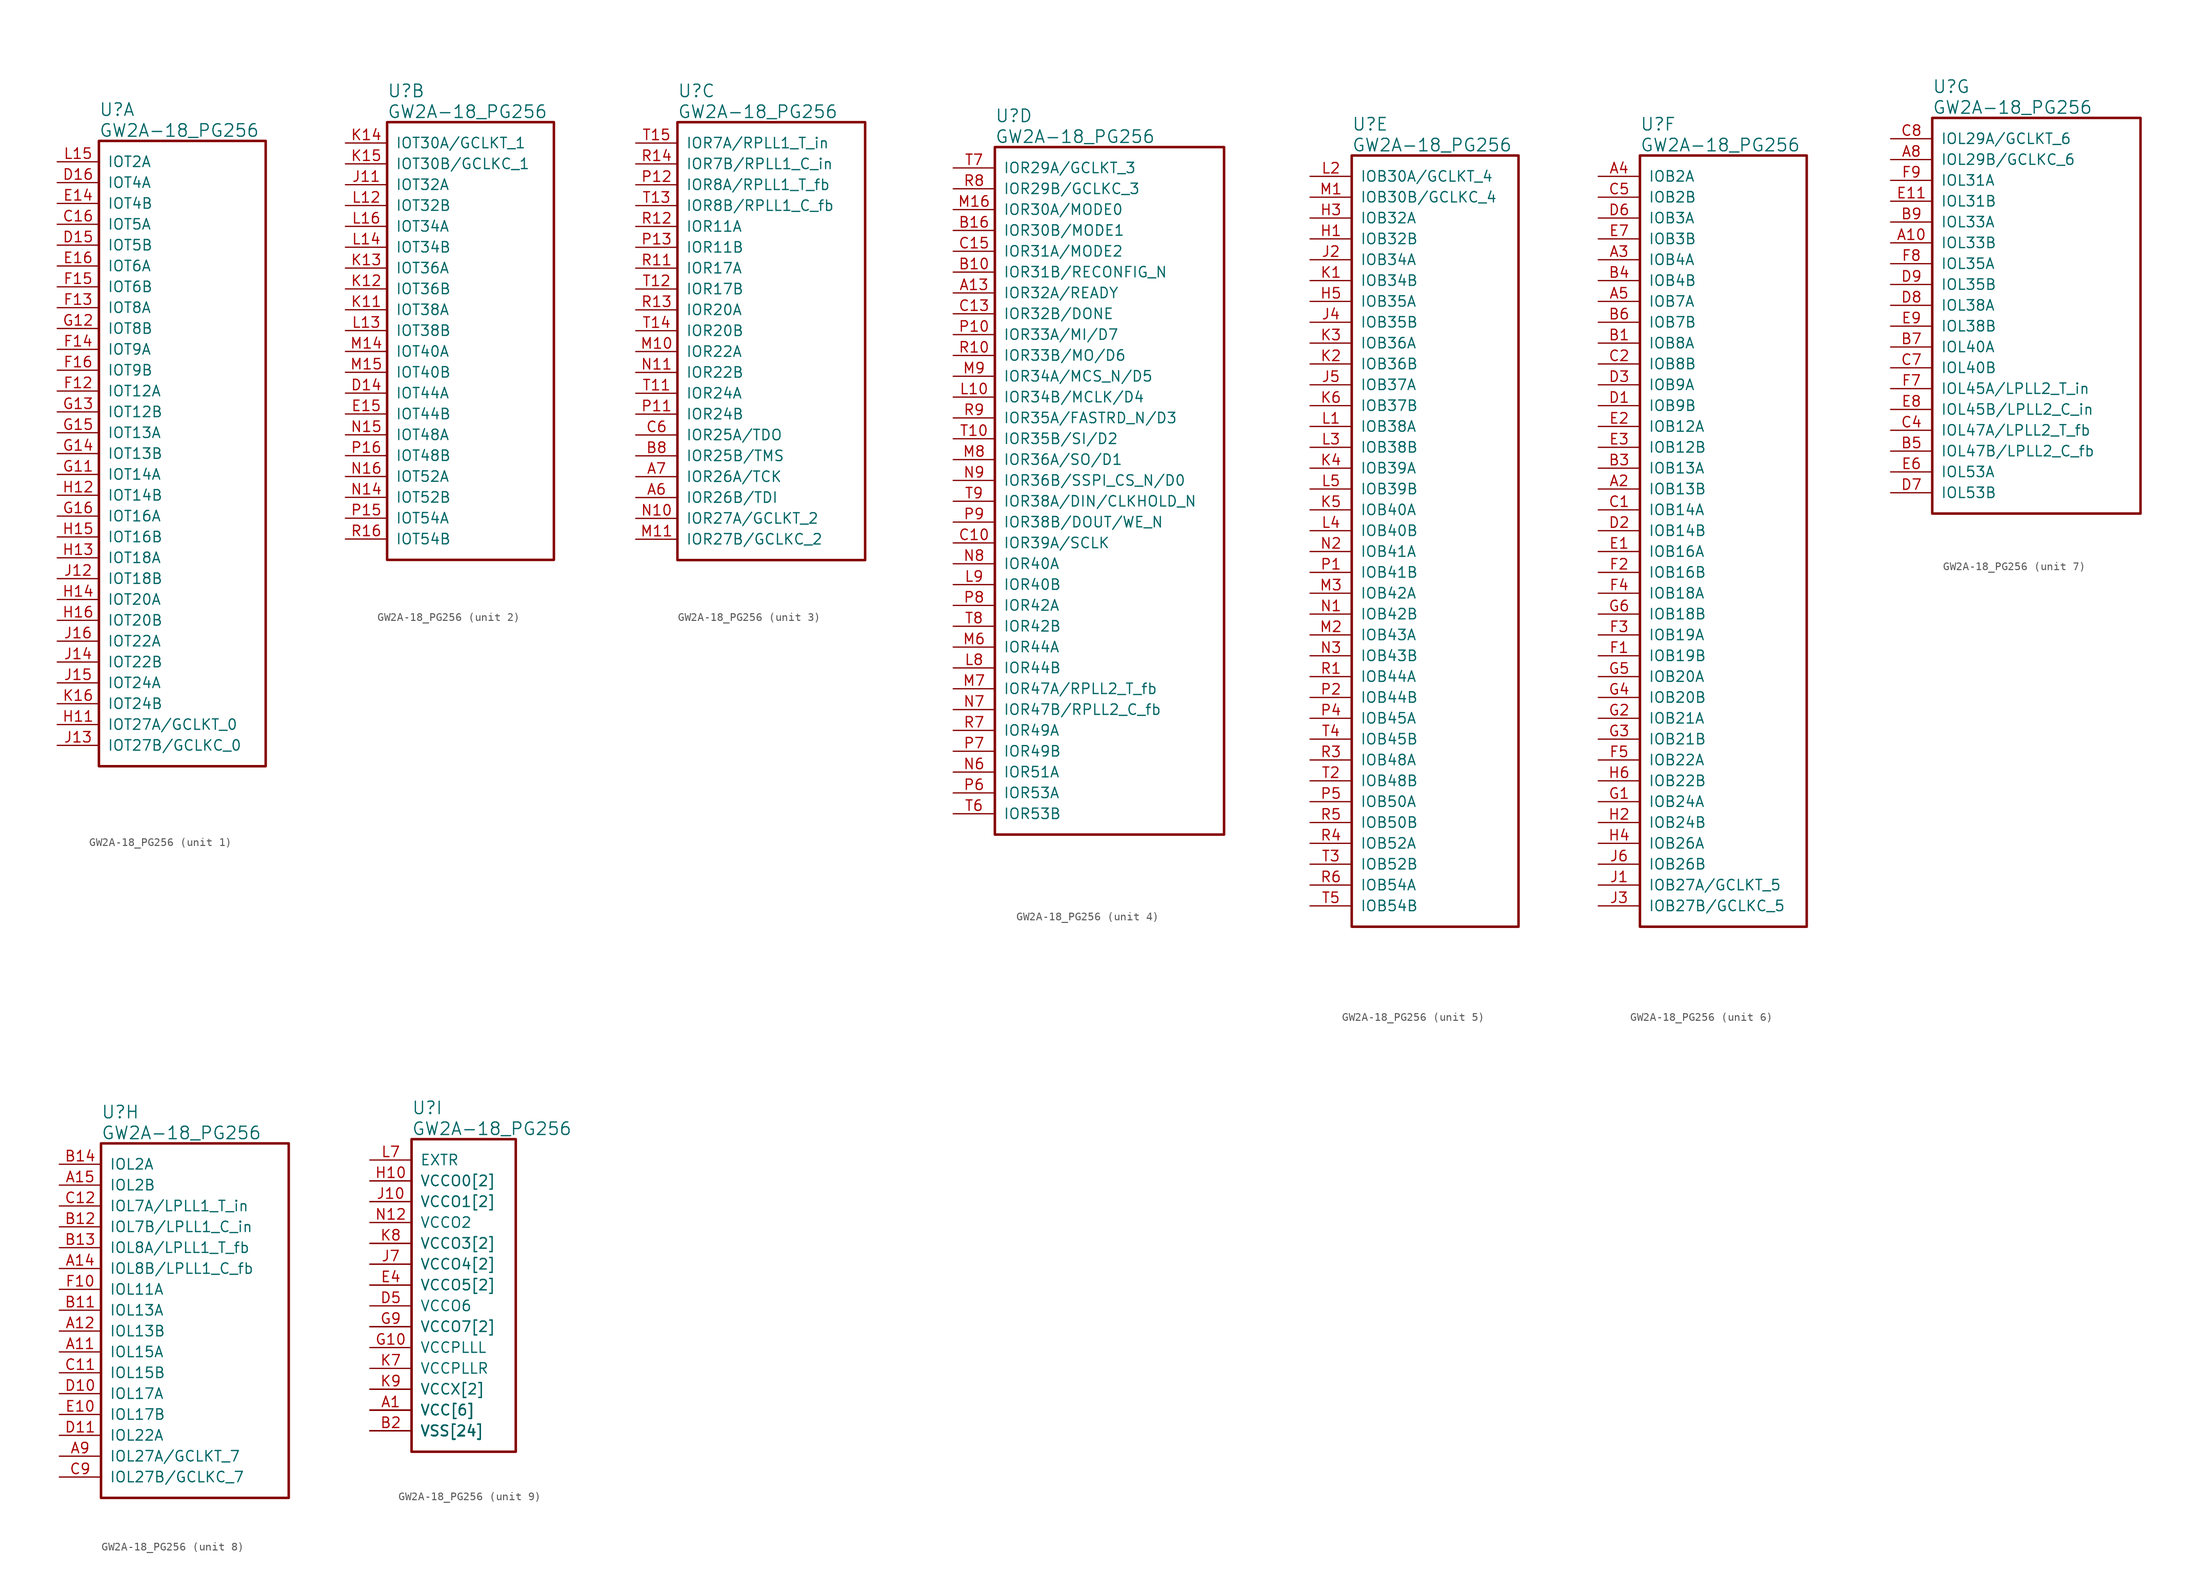
<source format=kicad_sym>
(kicad_symbol_lib
  (version 20241209)
  (generator "kicad_symbol_editor")
  (generator_version "9.0")
  (symbol "GW2A-18_PG256"
    (pin_names
      (offset 1.016))
    (property "Reference" "U"
      (at 5.08 6.35 0)
      (effects (font (size 1.524 1.524)) (justify left)))
    (property "Value" "GW2A-18_PG256"
      (at 5.08 3.81 0)
      (effects (font (size 1.524 1.524)) (justify left)))
    (property "ki_locked" ""
      (at 0 0 0)
      (effects (font (size 1.27 1.27))))
    (symbol "GW2A-18_PG256_1_1"
      (rectangle (start 5.08 2.54) (end 25.4 -73.66) (stroke (width 0.305) (type solid)) (fill (type none)))
      (pin bidirectional line (at 0 0 0) (length 5.08) (name "IOT2A" (effects (font (size 1.27 1.27)))) (number "L15" (effects (font (size 1.27 1.27)))))
      (pin bidirectional line (at 0 -2.54 0) (length 5.08) (name "IOT4A" (effects (font (size 1.27 1.27)))) (number "D16" (effects (font (size 1.27 1.27)))))
      (pin bidirectional line (at 0 -5.08 0) (length 5.08) (name "IOT4B" (effects (font (size 1.27 1.27)))) (number "E14" (effects (font (size 1.27 1.27)))))
      (pin bidirectional line (at 0 -7.62 0) (length 5.08) (name "IOT5A" (effects (font (size 1.27 1.27)))) (number "C16" (effects (font (size 1.27 1.27)))))
      (pin bidirectional line (at 0 -10.16 0) (length 5.08) (name "IOT5B" (effects (font (size 1.27 1.27)))) (number "D15" (effects (font (size 1.27 1.27)))))
      (pin bidirectional line (at 0 -12.7 0) (length 5.08) (name "IOT6A" (effects (font (size 1.27 1.27)))) (number "E16" (effects (font (size 1.27 1.27)))))
      (pin bidirectional line (at 0 -15.24 0) (length 5.08) (name "IOT6B" (effects (font (size 1.27 1.27)))) (number "F15" (effects (font (size 1.27 1.27)))))
      (pin bidirectional line (at 0 -17.78 0) (length 5.08) (name "IOT8A" (effects (font (size 1.27 1.27)))) (number "F13" (effects (font (size 1.27 1.27)))))
      (pin bidirectional line (at 0 -20.32 0) (length 5.08) (name "IOT8B" (effects (font (size 1.27 1.27)))) (number "G12" (effects (font (size 1.27 1.27)))))
      (pin bidirectional line (at 0 -22.86 0) (length 5.08) (name "IOT9A" (effects (font (size 1.27 1.27)))) (number "F14" (effects (font (size 1.27 1.27)))))
      (pin bidirectional line (at 0 -25.4 0) (length 5.08) (name "IOT9B" (effects (font (size 1.27 1.27)))) (number "F16" (effects (font (size 1.27 1.27)))))
      (pin bidirectional line (at 0 -27.94 0) (length 5.08) (name "IOT12A" (effects (font (size 1.27 1.27)))) (number "F12" (effects (font (size 1.27 1.27)))))
      (pin bidirectional line (at 0 -30.48 0) (length 5.08) (name "IOT12B" (effects (font (size 1.27 1.27)))) (number "G13" (effects (font (size 1.27 1.27)))))
      (pin bidirectional line (at 0 -33.02 0) (length 5.08) (name "IOT13A" (effects (font (size 1.27 1.27)))) (number "G15" (effects (font (size 1.27 1.27)))))
      (pin bidirectional line (at 0 -35.56 0) (length 5.08) (name "IOT13B" (effects (font (size 1.27 1.27)))) (number "G14" (effects (font (size 1.27 1.27)))))
      (pin bidirectional line (at 0 -38.1 0) (length 5.08) (name "IOT14A" (effects (font (size 1.27 1.27)))) (number "G11" (effects (font (size 1.27 1.27)))))
      (pin bidirectional line (at 0 -40.64 0) (length 5.08) (name "IOT14B" (effects (font (size 1.27 1.27)))) (number "H12" (effects (font (size 1.27 1.27)))))
      (pin bidirectional line (at 0 -43.18 0) (length 5.08) (name "IOT16A" (effects (font (size 1.27 1.27)))) (number "G16" (effects (font (size 1.27 1.27)))))
      (pin bidirectional line (at 0 -45.72 0) (length 5.08) (name "IOT16B" (effects (font (size 1.27 1.27)))) (number "H15" (effects (font (size 1.27 1.27)))))
      (pin bidirectional line (at 0 -48.26 0) (length 5.08) (name "IOT18A" (effects (font (size 1.27 1.27)))) (number "H13" (effects (font (size 1.27 1.27)))))
      (pin bidirectional line (at 0 -50.8 0) (length 5.08) (name "IOT18B" (effects (font (size 1.27 1.27)))) (number "J12" (effects (font (size 1.27 1.27)))))
      (pin bidirectional line (at 0 -53.34 0) (length 5.08) (name "IOT20A" (effects (font (size 1.27 1.27)))) (number "H14" (effects (font (size 1.27 1.27)))))
      (pin bidirectional line (at 0 -55.88 0) (length 5.08) (name "IOT20B" (effects (font (size 1.27 1.27)))) (number "H16" (effects (font (size 1.27 1.27)))))
      (pin bidirectional line (at 0 -58.42 0) (length 5.08) (name "IOT22A" (effects (font (size 1.27 1.27)))) (number "J16" (effects (font (size 1.27 1.27)))))
      (pin bidirectional line (at 0 -60.96 0) (length 5.08) (name "IOT22B" (effects (font (size 1.27 1.27)))) (number "J14" (effects (font (size 1.27 1.27)))))
      (pin bidirectional line (at 0 -63.5 0) (length 5.08) (name "IOT24A" (effects (font (size 1.27 1.27)))) (number "J15" (effects (font (size 1.27 1.27)))))
      (pin bidirectional line (at 0 -66.04 0) (length 5.08) (name "IOT24B" (effects (font (size 1.27 1.27)))) (number "K16" (effects (font (size 1.27 1.27)))))
      (pin bidirectional line (at 0 -68.58 0) (length 5.08) (name "IOT27A/GCLKT_0" (effects (font (size 1.27 1.27)))) (number "H11" (effects (font (size 1.27 1.27)))))
      (pin bidirectional line (at 0 -71.12 0) (length 5.08) (name "IOT27B/GCLKC_0" (effects (font (size 1.27 1.27)))) (number "J13" (effects (font (size 1.27 1.27))))))
    (symbol "GW2A-18_PG256_2_1"
      (rectangle (start 5.08 2.54) (end 25.4 -50.8) (stroke (width 0.305) (type solid)) (fill (type none)))
      (pin bidirectional line (at 0 0 0) (length 5.08) (name "IOT30A/GCLKT_1" (effects (font (size 1.27 1.27)))) (number "K14" (effects (font (size 1.27 1.27)))))
      (pin bidirectional line (at 0 -2.54 0) (length 5.08) (name "IOT30B/GCLKC_1" (effects (font (size 1.27 1.27)))) (number "K15" (effects (font (size 1.27 1.27)))))
      (pin bidirectional line (at 0 -5.08 0) (length 5.08) (name "IOT32A" (effects (font (size 1.27 1.27)))) (number "J11" (effects (font (size 1.27 1.27)))))
      (pin bidirectional line (at 0 -7.62 0) (length 5.08) (name "IOT32B" (effects (font (size 1.27 1.27)))) (number "L12" (effects (font (size 1.27 1.27)))))
      (pin bidirectional line (at 0 -10.16 0) (length 5.08) (name "IOT34A" (effects (font (size 1.27 1.27)))) (number "L16" (effects (font (size 1.27 1.27)))))
      (pin bidirectional line (at 0 -12.7 0) (length 5.08) (name "IOT34B" (effects (font (size 1.27 1.27)))) (number "L14" (effects (font (size 1.27 1.27)))))
      (pin bidirectional line (at 0 -15.24 0) (length 5.08) (name "IOT36A" (effects (font (size 1.27 1.27)))) (number "K13" (effects (font (size 1.27 1.27)))))
      (pin bidirectional line (at 0 -17.78 0) (length 5.08) (name "IOT36B" (effects (font (size 1.27 1.27)))) (number "K12" (effects (font (size 1.27 1.27)))))
      (pin bidirectional line (at 0 -20.32 0) (length 5.08) (name "IOT38A" (effects (font (size 1.27 1.27)))) (number "K11" (effects (font (size 1.27 1.27)))))
      (pin bidirectional line (at 0 -22.86 0) (length 5.08) (name "IOT38B" (effects (font (size 1.27 1.27)))) (number "L13" (effects (font (size 1.27 1.27)))))
      (pin bidirectional line (at 0 -25.4 0) (length 5.08) (name "IOT40A" (effects (font (size 1.27 1.27)))) (number "M14" (effects (font (size 1.27 1.27)))))
      (pin bidirectional line (at 0 -27.94 0) (length 5.08) (name "IOT40B" (effects (font (size 1.27 1.27)))) (number "M15" (effects (font (size 1.27 1.27)))))
      (pin bidirectional line (at 0 -30.48 0) (length 5.08) (name "IOT44A" (effects (font (size 1.27 1.27)))) (number "D14" (effects (font (size 1.27 1.27)))))
      (pin bidirectional line (at 0 -33.02 0) (length 5.08) (name "IOT44B" (effects (font (size 1.27 1.27)))) (number "E15" (effects (font (size 1.27 1.27)))))
      (pin bidirectional line (at 0 -35.56 0) (length 5.08) (name "IOT48A" (effects (font (size 1.27 1.27)))) (number "N15" (effects (font (size 1.27 1.27)))))
      (pin bidirectional line (at 0 -38.1 0) (length 5.08) (name "IOT48B" (effects (font (size 1.27 1.27)))) (number "P16" (effects (font (size 1.27 1.27)))))
      (pin bidirectional line (at 0 -40.64 0) (length 5.08) (name "IOT52A" (effects (font (size 1.27 1.27)))) (number "N16" (effects (font (size 1.27 1.27)))))
      (pin bidirectional line (at 0 -43.18 0) (length 5.08) (name "IOT52B" (effects (font (size 1.27 1.27)))) (number "N14" (effects (font (size 1.27 1.27)))))
      (pin bidirectional line (at 0 -45.72 0) (length 5.08) (name "IOT54A" (effects (font (size 1.27 1.27)))) (number "P15" (effects (font (size 1.27 1.27)))))
      (pin bidirectional line (at 0 -48.26 0) (length 5.08) (name "IOT54B" (effects (font (size 1.27 1.27)))) (number "R16" (effects (font (size 1.27 1.27))))))
    (symbol "GW2A-18_PG256_3_1"
      (rectangle (start 5.08 2.54) (end 27.94 -50.8) (stroke (width 0.305) (type solid)) (fill (type none)))
      (pin bidirectional line (at 0 0 0) (length 5.08) (name "IOR7A/RPLL1_T_in" (effects (font (size 1.27 1.27)))) (number "T15" (effects (font (size 1.27 1.27)))))
      (pin bidirectional line (at 0 -2.54 0) (length 5.08) (name "IOR7B/RPLL1_C_in" (effects (font (size 1.27 1.27)))) (number "R14" (effects (font (size 1.27 1.27)))))
      (pin bidirectional line (at 0 -5.08 0) (length 5.08) (name "IOR8A/RPLL1_T_fb" (effects (font (size 1.27 1.27)))) (number "P12" (effects (font (size 1.27 1.27)))))
      (pin bidirectional line (at 0 -7.62 0) (length 5.08) (name "IOR8B/RPLL1_C_fb" (effects (font (size 1.27 1.27)))) (number "T13" (effects (font (size 1.27 1.27)))))
      (pin bidirectional line (at 0 -10.16 0) (length 5.08) (name "IOR11A" (effects (font (size 1.27 1.27)))) (number "R12" (effects (font (size 1.27 1.27)))))
      (pin bidirectional line (at 0 -12.7 0) (length 5.08) (name "IOR11B" (effects (font (size 1.27 1.27)))) (number "P13" (effects (font (size 1.27 1.27)))))
      (pin bidirectional line (at 0 -15.24 0) (length 5.08) (name "IOR17A" (effects (font (size 1.27 1.27)))) (number "R11" (effects (font (size 1.27 1.27)))))
      (pin bidirectional line (at 0 -17.78 0) (length 5.08) (name "IOR17B" (effects (font (size 1.27 1.27)))) (number "T12" (effects (font (size 1.27 1.27)))))
      (pin bidirectional line (at 0 -20.32 0) (length 5.08) (name "IOR20A" (effects (font (size 1.27 1.27)))) (number "R13" (effects (font (size 1.27 1.27)))))
      (pin bidirectional line (at 0 -22.86 0) (length 5.08) (name "IOR20B" (effects (font (size 1.27 1.27)))) (number "T14" (effects (font (size 1.27 1.27)))))
      (pin bidirectional line (at 0 -25.4 0) (length 5.08) (name "IOR22A" (effects (font (size 1.27 1.27)))) (number "M10" (effects (font (size 1.27 1.27)))))
      (pin bidirectional line (at 0 -27.94 0) (length 5.08) (name "IOR22B" (effects (font (size 1.27 1.27)))) (number "N11" (effects (font (size 1.27 1.27)))))
      (pin bidirectional line (at 0 -30.48 0) (length 5.08) (name "IOR24A" (effects (font (size 1.27 1.27)))) (number "T11" (effects (font (size 1.27 1.27)))))
      (pin bidirectional line (at 0 -33.02 0) (length 5.08) (name "IOR24B" (effects (font (size 1.27 1.27)))) (number "P11" (effects (font (size 1.27 1.27)))))
      (pin bidirectional line (at 0 -35.56 0) (length 5.08) (name "IOR25A/TDO" (effects (font (size 1.27 1.27)))) (number "C6" (effects (font (size 1.27 1.27)))))
      (pin bidirectional line (at 0 -38.1 0) (length 5.08) (name "IOR25B/TMS" (effects (font (size 1.27 1.27)))) (number "B8" (effects (font (size 1.27 1.27)))))
      (pin bidirectional line (at 0 -40.64 0) (length 5.08) (name "IOR26A/TCK" (effects (font (size 1.27 1.27)))) (number "A7" (effects (font (size 1.27 1.27)))))
      (pin bidirectional line (at 0 -43.18 0) (length 5.08) (name "IOR26B/TDI" (effects (font (size 1.27 1.27)))) (number "A6" (effects (font (size 1.27 1.27)))))
      (pin bidirectional line (at 0 -45.72 0) (length 5.08) (name "IOR27A/GCLKT_2" (effects (font (size 1.27 1.27)))) (number "N10" (effects (font (size 1.27 1.27)))))
      (pin bidirectional line (at 0 -48.26 0) (length 5.08) (name "IOR27B/GCLKC_2" (effects (font (size 1.27 1.27)))) (number "M11" (effects (font (size 1.27 1.27))))))
    (symbol "GW2A-18_PG256_4_1"
      (rectangle (start 5.08 2.54) (end 33.02 -81.28) (stroke (width 0.305) (type solid)) (fill (type none)))
      (pin bidirectional line (at 0 0 0) (length 5.08) (name "IOR29A/GCLKT_3" (effects (font (size 1.27 1.27)))) (number "T7" (effects (font (size 1.27 1.27)))))
      (pin bidirectional line (at 0 -2.54 0) (length 5.08) (name "IOR29B/GCLKC_3" (effects (font (size 1.27 1.27)))) (number "R8" (effects (font (size 1.27 1.27)))))
      (pin bidirectional line (at 0 -5.08 0) (length 5.08) (name "IOR30A/MODE0" (effects (font (size 1.27 1.27)))) (number "M16" (effects (font (size 1.27 1.27)))))
      (pin bidirectional line (at 0 -7.62 0) (length 5.08) (name "IOR30B/MODE1" (effects (font (size 1.27 1.27)))) (number "B16" (effects (font (size 1.27 1.27)))))
      (pin bidirectional line (at 0 -10.16 0) (length 5.08) (name "IOR31A/MODE2" (effects (font (size 1.27 1.27)))) (number "C15" (effects (font (size 1.27 1.27)))))
      (pin bidirectional line (at 0 -12.7 0) (length 5.08) (name "IOR31B/RECONFIG_N" (effects (font (size 1.27 1.27)))) (number "B10" (effects (font (size 1.27 1.27)))))
      (pin bidirectional line (at 0 -15.24 0) (length 5.08) (name "IOR32A/READY" (effects (font (size 1.27 1.27)))) (number "A13" (effects (font (size 1.27 1.27)))))
      (pin bidirectional line (at 0 -17.78 0) (length 5.08) (name "IOR32B/DONE" (effects (font (size 1.27 1.27)))) (number "C13" (effects (font (size 1.27 1.27)))))
      (pin bidirectional line (at 0 -20.32 0) (length 5.08) (name "IOR33A/MI/D7" (effects (font (size 1.27 1.27)))) (number "P10" (effects (font (size 1.27 1.27)))))
      (pin bidirectional line (at 0 -22.86 0) (length 5.08) (name "IOR33B/MO/D6" (effects (font (size 1.27 1.27)))) (number "R10" (effects (font (size 1.27 1.27)))))
      (pin bidirectional line (at 0 -25.4 0) (length 5.08) (name "IOR34A/MCS_N/D5" (effects (font (size 1.27 1.27)))) (number "M9" (effects (font (size 1.27 1.27)))))
      (pin bidirectional line (at 0 -27.94 0) (length 5.08) (name "IOR34B/MCLK/D4" (effects (font (size 1.27 1.27)))) (number "L10" (effects (font (size 1.27 1.27)))))
      (pin bidirectional line (at 0 -30.48 0) (length 5.08) (name "IOR35A/FASTRD_N/D3" (effects (font (size 1.27 1.27)))) (number "R9" (effects (font (size 1.27 1.27)))))
      (pin bidirectional line (at 0 -33.02 0) (length 5.08) (name "IOR35B/SI/D2" (effects (font (size 1.27 1.27)))) (number "T10" (effects (font (size 1.27 1.27)))))
      (pin bidirectional line (at 0 -35.56 0) (length 5.08) (name "IOR36A/SO/D1" (effects (font (size 1.27 1.27)))) (number "M8" (effects (font (size 1.27 1.27)))))
      (pin bidirectional line (at 0 -38.1 0) (length 5.08) (name "IOR36B/SSPI_CS_N/D0" (effects (font (size 1.27 1.27)))) (number "N9" (effects (font (size 1.27 1.27)))))
      (pin bidirectional line (at 0 -40.64 0) (length 5.08) (name "IOR38A/DIN/CLKHOLD_N" (effects (font (size 1.27 1.27)))) (number "T9" (effects (font (size 1.27 1.27)))))
      (pin bidirectional line (at 0 -43.18 0) (length 5.08) (name "IOR38B/DOUT/WE_N" (effects (font (size 1.27 1.27)))) (number "P9" (effects (font (size 1.27 1.27)))))
      (pin bidirectional line (at 0 -45.72 0) (length 5.08) (name "IOR39A/SCLK" (effects (font (size 1.27 1.27)))) (number "C10" (effects (font (size 1.27 1.27)))))
      (pin bidirectional line (at 0 -48.26 0) (length 5.08) (name "IOR40A" (effects (font (size 1.27 1.27)))) (number "N8" (effects (font (size 1.27 1.27)))))
      (pin bidirectional line (at 0 -50.8 0) (length 5.08) (name "IOR40B" (effects (font (size 1.27 1.27)))) (number "L9" (effects (font (size 1.27 1.27)))))
      (pin bidirectional line (at 0 -53.34 0) (length 5.08) (name "IOR42A" (effects (font (size 1.27 1.27)))) (number "P8" (effects (font (size 1.27 1.27)))))
      (pin bidirectional line (at 0 -55.88 0) (length 5.08) (name "IOR42B" (effects (font (size 1.27 1.27)))) (number "T8" (effects (font (size 1.27 1.27)))))
      (pin bidirectional line (at 0 -58.42 0) (length 5.08) (name "IOR44A" (effects (font (size 1.27 1.27)))) (number "M6" (effects (font (size 1.27 1.27)))))
      (pin bidirectional line (at 0 -60.96 0) (length 5.08) (name "IOR44B" (effects (font (size 1.27 1.27)))) (number "L8" (effects (font (size 1.27 1.27)))))
      (pin bidirectional line (at 0 -63.5 0) (length 5.08) (name "IOR47A/RPLL2_T_fb" (effects (font (size 1.27 1.27)))) (number "M7" (effects (font (size 1.27 1.27)))))
      (pin bidirectional line (at 0 -66.04 0) (length 5.08) (name "IOR47B/RPLL2_C_fb" (effects (font (size 1.27 1.27)))) (number "N7" (effects (font (size 1.27 1.27)))))
      (pin bidirectional line (at 0 -68.58 0) (length 5.08) (name "IOR49A" (effects (font (size 1.27 1.27)))) (number "R7" (effects (font (size 1.27 1.27)))))
      (pin bidirectional line (at 0 -71.12 0) (length 5.08) (name "IOR49B" (effects (font (size 1.27 1.27)))) (number "P7" (effects (font (size 1.27 1.27)))))
      (pin bidirectional line (at 0 -73.66 0) (length 5.08) (name "IOR51A" (effects (font (size 1.27 1.27)))) (number "N6" (effects (font (size 1.27 1.27)))))
      (pin bidirectional line (at 0 -76.2 0) (length 5.08) (name "IOR53A" (effects (font (size 1.27 1.27)))) (number "P6" (effects (font (size 1.27 1.27)))))
      (pin bidirectional line (at 0 -78.74 0) (length 5.08) (name "IOR53B" (effects (font (size 1.27 1.27)))) (number "T6" (effects (font (size 1.27 1.27))))))
    (symbol "GW2A-18_PG256_5_1"
      (rectangle (start 5.08 2.54) (end 25.4 -91.44) (stroke (width 0.305) (type solid)) (fill (type none)))
      (pin bidirectional line (at 0 0 0) (length 5.08) (name "IOB30A/GCLKT_4" (effects (font (size 1.27 1.27)))) (number "L2" (effects (font (size 1.27 1.27)))))
      (pin bidirectional line (at 0 -2.54 0) (length 5.08) (name "IOB30B/GCLKC_4" (effects (font (size 1.27 1.27)))) (number "M1" (effects (font (size 1.27 1.27)))))
      (pin bidirectional line (at 0 -5.08 0) (length 5.08) (name "IOB32A" (effects (font (size 1.27 1.27)))) (number "H3" (effects (font (size 1.27 1.27)))))
      (pin bidirectional line (at 0 -7.62 0) (length 5.08) (name "IOB32B" (effects (font (size 1.27 1.27)))) (number "H1" (effects (font (size 1.27 1.27)))))
      (pin bidirectional line (at 0 -10.16 0) (length 5.08) (name "IOB34A" (effects (font (size 1.27 1.27)))) (number "J2" (effects (font (size 1.27 1.27)))))
      (pin bidirectional line (at 0 -12.7 0) (length 5.08) (name "IOB34B" (effects (font (size 1.27 1.27)))) (number "K1" (effects (font (size 1.27 1.27)))))
      (pin bidirectional line (at 0 -15.24 0) (length 5.08) (name "IOB35A" (effects (font (size 1.27 1.27)))) (number "H5" (effects (font (size 1.27 1.27)))))
      (pin bidirectional line (at 0 -17.78 0) (length 5.08) (name "IOB35B" (effects (font (size 1.27 1.27)))) (number "J4" (effects (font (size 1.27 1.27)))))
      (pin bidirectional line (at 0 -20.32 0) (length 5.08) (name "IOB36A" (effects (font (size 1.27 1.27)))) (number "K3" (effects (font (size 1.27 1.27)))))
      (pin bidirectional line (at 0 -22.86 0) (length 5.08) (name "IOB36B" (effects (font (size 1.27 1.27)))) (number "K2" (effects (font (size 1.27 1.27)))))
      (pin bidirectional line (at 0 -25.4 0) (length 5.08) (name "IOB37A" (effects (font (size 1.27 1.27)))) (number "J5" (effects (font (size 1.27 1.27)))))
      (pin bidirectional line (at 0 -27.94 0) (length 5.08) (name "IOB37B" (effects (font (size 1.27 1.27)))) (number "K6" (effects (font (size 1.27 1.27)))))
      (pin bidirectional line (at 0 -30.48 0) (length 5.08) (name "IOB38A" (effects (font (size 1.27 1.27)))) (number "L1" (effects (font (size 1.27 1.27)))))
      (pin bidirectional line (at 0 -33.02 0) (length 5.08) (name "IOB38B" (effects (font (size 1.27 1.27)))) (number "L3" (effects (font (size 1.27 1.27)))))
      (pin bidirectional line (at 0 -35.56 0) (length 5.08) (name "IOB39A" (effects (font (size 1.27 1.27)))) (number "K4" (effects (font (size 1.27 1.27)))))
      (pin bidirectional line (at 0 -38.1 0) (length 5.08) (name "IOB39B" (effects (font (size 1.27 1.27)))) (number "L5" (effects (font (size 1.27 1.27)))))
      (pin bidirectional line (at 0 -40.64 0) (length 5.08) (name "IOB40A" (effects (font (size 1.27 1.27)))) (number "K5" (effects (font (size 1.27 1.27)))))
      (pin bidirectional line (at 0 -43.18 0) (length 5.08) (name "IOB40B" (effects (font (size 1.27 1.27)))) (number "L4" (effects (font (size 1.27 1.27)))))
      (pin bidirectional line (at 0 -45.72 0) (length 5.08) (name "IOB41A" (effects (font (size 1.27 1.27)))) (number "N2" (effects (font (size 1.27 1.27)))))
      (pin bidirectional line (at 0 -48.26 0) (length 5.08) (name "IOB41B" (effects (font (size 1.27 1.27)))) (number "P1" (effects (font (size 1.27 1.27)))))
      (pin bidirectional line (at 0 -50.8 0) (length 5.08) (name "IOB42A" (effects (font (size 1.27 1.27)))) (number "M3" (effects (font (size 1.27 1.27)))))
      (pin bidirectional line (at 0 -53.34 0) (length 5.08) (name "IOB42B" (effects (font (size 1.27 1.27)))) (number "N1" (effects (font (size 1.27 1.27)))))
      (pin bidirectional line (at 0 -55.88 0) (length 5.08) (name "IOB43A" (effects (font (size 1.27 1.27)))) (number "M2" (effects (font (size 1.27 1.27)))))
      (pin bidirectional line (at 0 -58.42 0) (length 5.08) (name "IOB43B" (effects (font (size 1.27 1.27)))) (number "N3" (effects (font (size 1.27 1.27)))))
      (pin bidirectional line (at 0 -60.96 0) (length 5.08) (name "IOB44A" (effects (font (size 1.27 1.27)))) (number "R1" (effects (font (size 1.27 1.27)))))
      (pin bidirectional line (at 0 -63.5 0) (length 5.08) (name "IOB44B" (effects (font (size 1.27 1.27)))) (number "P2" (effects (font (size 1.27 1.27)))))
      (pin bidirectional line (at 0 -66.04 0) (length 5.08) (name "IOB45A" (effects (font (size 1.27 1.27)))) (number "P4" (effects (font (size 1.27 1.27)))))
      (pin bidirectional line (at 0 -68.58 0) (length 5.08) (name "IOB45B" (effects (font (size 1.27 1.27)))) (number "T4" (effects (font (size 1.27 1.27)))))
      (pin bidirectional line (at 0 -71.12 0) (length 5.08) (name "IOB48A" (effects (font (size 1.27 1.27)))) (number "R3" (effects (font (size 1.27 1.27)))))
      (pin bidirectional line (at 0 -73.66 0) (length 5.08) (name "IOB48B" (effects (font (size 1.27 1.27)))) (number "T2" (effects (font (size 1.27 1.27)))))
      (pin bidirectional line (at 0 -76.2 0) (length 5.08) (name "IOB50A" (effects (font (size 1.27 1.27)))) (number "P5" (effects (font (size 1.27 1.27)))))
      (pin bidirectional line (at 0 -78.74 0) (length 5.08) (name "IOB50B" (effects (font (size 1.27 1.27)))) (number "R5" (effects (font (size 1.27 1.27)))))
      (pin bidirectional line (at 0 -81.28 0) (length 5.08) (name "IOB52A" (effects (font (size 1.27 1.27)))) (number "R4" (effects (font (size 1.27 1.27)))))
      (pin bidirectional line (at 0 -83.82 0) (length 5.08) (name "IOB52B" (effects (font (size 1.27 1.27)))) (number "T3" (effects (font (size 1.27 1.27)))))
      (pin bidirectional line (at 0 -86.36 0) (length 5.08) (name "IOB54A" (effects (font (size 1.27 1.27)))) (number "R6" (effects (font (size 1.27 1.27)))))
      (pin bidirectional line (at 0 -88.9 0) (length 5.08) (name "IOB54B" (effects (font (size 1.27 1.27)))) (number "T5" (effects (font (size 1.27 1.27))))))
    (symbol "GW2A-18_PG256_6_1"
      (rectangle (start 5.08 2.54) (end 25.4 -91.44) (stroke (width 0.305) (type solid)) (fill (type none)))
      (pin bidirectional line (at 0 0 0) (length 5.08) (name "IOB2A" (effects (font (size 1.27 1.27)))) (number "A4" (effects (font (size 1.27 1.27)))))
      (pin bidirectional line (at 0 -2.54 0) (length 5.08) (name "IOB2B" (effects (font (size 1.27 1.27)))) (number "C5" (effects (font (size 1.27 1.27)))))
      (pin bidirectional line (at 0 -5.08 0) (length 5.08) (name "IOB3A" (effects (font (size 1.27 1.27)))) (number "D6" (effects (font (size 1.27 1.27)))))
      (pin bidirectional line (at 0 -7.62 0) (length 5.08) (name "IOB3B" (effects (font (size 1.27 1.27)))) (number "E7" (effects (font (size 1.27 1.27)))))
      (pin bidirectional line (at 0 -10.16 0) (length 5.08) (name "IOB4A" (effects (font (size 1.27 1.27)))) (number "A3" (effects (font (size 1.27 1.27)))))
      (pin bidirectional line (at 0 -12.7 0) (length 5.08) (name "IOB4B" (effects (font (size 1.27 1.27)))) (number "B4" (effects (font (size 1.27 1.27)))))
      (pin bidirectional line (at 0 -15.24 0) (length 5.08) (name "IOB7A" (effects (font (size 1.27 1.27)))) (number "A5" (effects (font (size 1.27 1.27)))))
      (pin bidirectional line (at 0 -17.78 0) (length 5.08) (name "IOB7B" (effects (font (size 1.27 1.27)))) (number "B6" (effects (font (size 1.27 1.27)))))
      (pin bidirectional line (at 0 -20.32 0) (length 5.08) (name "IOB8A" (effects (font (size 1.27 1.27)))) (number "B1" (effects (font (size 1.27 1.27)))))
      (pin bidirectional line (at 0 -22.86 0) (length 5.08) (name "IOB8B" (effects (font (size 1.27 1.27)))) (number "C2" (effects (font (size 1.27 1.27)))))
      (pin bidirectional line (at 0 -25.4 0) (length 5.08) (name "IOB9A" (effects (font (size 1.27 1.27)))) (number "D3" (effects (font (size 1.27 1.27)))))
      (pin bidirectional line (at 0 -27.94 0) (length 5.08) (name "IOB9B" (effects (font (size 1.27 1.27)))) (number "D1" (effects (font (size 1.27 1.27)))))
      (pin bidirectional line (at 0 -30.48 0) (length 5.08) (name "IOB12A" (effects (font (size 1.27 1.27)))) (number "E2" (effects (font (size 1.27 1.27)))))
      (pin bidirectional line (at 0 -33.02 0) (length 5.08) (name "IOB12B" (effects (font (size 1.27 1.27)))) (number "E3" (effects (font (size 1.27 1.27)))))
      (pin bidirectional line (at 0 -35.56 0) (length 5.08) (name "IOB13A" (effects (font (size 1.27 1.27)))) (number "B3" (effects (font (size 1.27 1.27)))))
      (pin bidirectional line (at 0 -38.1 0) (length 5.08) (name "IOB13B" (effects (font (size 1.27 1.27)))) (number "A2" (effects (font (size 1.27 1.27)))))
      (pin bidirectional line (at 0 -40.64 0) (length 5.08) (name "IOB14A" (effects (font (size 1.27 1.27)))) (number "C1" (effects (font (size 1.27 1.27)))))
      (pin bidirectional line (at 0 -43.18 0) (length 5.08) (name "IOB14B" (effects (font (size 1.27 1.27)))) (number "D2" (effects (font (size 1.27 1.27)))))
      (pin bidirectional line (at 0 -45.72 0) (length 5.08) (name "IOB16A" (effects (font (size 1.27 1.27)))) (number "E1" (effects (font (size 1.27 1.27)))))
      (pin bidirectional line (at 0 -48.26 0) (length 5.08) (name "IOB16B" (effects (font (size 1.27 1.27)))) (number "F2" (effects (font (size 1.27 1.27)))))
      (pin bidirectional line (at 0 -50.8 0) (length 5.08) (name "IOB18A" (effects (font (size 1.27 1.27)))) (number "F4" (effects (font (size 1.27 1.27)))))
      (pin bidirectional line (at 0 -53.34 0) (length 5.08) (name "IOB18B" (effects (font (size 1.27 1.27)))) (number "G6" (effects (font (size 1.27 1.27)))))
      (pin bidirectional line (at 0 -55.88 0) (length 5.08) (name "IOB19A" (effects (font (size 1.27 1.27)))) (number "F3" (effects (font (size 1.27 1.27)))))
      (pin bidirectional line (at 0 -58.42 0) (length 5.08) (name "IOB19B" (effects (font (size 1.27 1.27)))) (number "F1" (effects (font (size 1.27 1.27)))))
      (pin bidirectional line (at 0 -60.96 0) (length 5.08) (name "IOB20A" (effects (font (size 1.27 1.27)))) (number "G5" (effects (font (size 1.27 1.27)))))
      (pin bidirectional line (at 0 -63.5 0) (length 5.08) (name "IOB20B" (effects (font (size 1.27 1.27)))) (number "G4" (effects (font (size 1.27 1.27)))))
      (pin bidirectional line (at 0 -66.04 0) (length 5.08) (name "IOB21A" (effects (font (size 1.27 1.27)))) (number "G2" (effects (font (size 1.27 1.27)))))
      (pin bidirectional line (at 0 -68.58 0) (length 5.08) (name "IOB21B" (effects (font (size 1.27 1.27)))) (number "G3" (effects (font (size 1.27 1.27)))))
      (pin bidirectional line (at 0 -71.12 0) (length 5.08) (name "IOB22A" (effects (font (size 1.27 1.27)))) (number "F5" (effects (font (size 1.27 1.27)))))
      (pin bidirectional line (at 0 -73.66 0) (length 5.08) (name "IOB22B" (effects (font (size 1.27 1.27)))) (number "H6" (effects (font (size 1.27 1.27)))))
      (pin bidirectional line (at 0 -76.2 0) (length 5.08) (name "IOB24A" (effects (font (size 1.27 1.27)))) (number "G1" (effects (font (size 1.27 1.27)))))
      (pin bidirectional line (at 0 -78.74 0) (length 5.08) (name "IOB24B" (effects (font (size 1.27 1.27)))) (number "H2" (effects (font (size 1.27 1.27)))))
      (pin bidirectional line (at 0 -81.28 0) (length 5.08) (name "IOB26A" (effects (font (size 1.27 1.27)))) (number "H4" (effects (font (size 1.27 1.27)))))
      (pin bidirectional line (at 0 -83.82 0) (length 5.08) (name "IOB26B" (effects (font (size 1.27 1.27)))) (number "J6" (effects (font (size 1.27 1.27)))))
      (pin bidirectional line (at 0 -86.36 0) (length 5.08) (name "IOB27A/GCLKT_5" (effects (font (size 1.27 1.27)))) (number "J1" (effects (font (size 1.27 1.27)))))
      (pin bidirectional line (at 0 -88.9 0) (length 5.08) (name "IOB27B/GCLKC_5" (effects (font (size 1.27 1.27)))) (number "J3" (effects (font (size 1.27 1.27))))))
    (symbol "GW2A-18_PG256_7_1"
      (rectangle (start 5.08 2.54) (end 30.48 -45.72) (stroke (width 0.305) (type solid)) (fill (type none)))
      (pin bidirectional line (at 0 0 0) (length 5.08) (name "IOL29A/GCLKT_6" (effects (font (size 1.27 1.27)))) (number "C8" (effects (font (size 1.27 1.27)))))
      (pin bidirectional line (at 0 -2.54 0) (length 5.08) (name "IOL29B/GCLKC_6" (effects (font (size 1.27 1.27)))) (number "A8" (effects (font (size 1.27 1.27)))))
      (pin bidirectional line (at 0 -5.08 0) (length 5.08) (name "IOL31A" (effects (font (size 1.27 1.27)))) (number "F9" (effects (font (size 1.27 1.27)))))
      (pin bidirectional line (at 0 -7.62 0) (length 5.08) (name "IOL31B" (effects (font (size 1.27 1.27)))) (number "E11" (effects (font (size 1.27 1.27)))))
      (pin bidirectional line (at 0 -10.16 0) (length 5.08) (name "IOL33A" (effects (font (size 1.27 1.27)))) (number "B9" (effects (font (size 1.27 1.27)))))
      (pin bidirectional line (at 0 -12.7 0) (length 5.08) (name "IOL33B" (effects (font (size 1.27 1.27)))) (number "A10" (effects (font (size 1.27 1.27)))))
      (pin bidirectional line (at 0 -15.24 0) (length 5.08) (name "IOL35A" (effects (font (size 1.27 1.27)))) (number "F8" (effects (font (size 1.27 1.27)))))
      (pin bidirectional line (at 0 -17.78 0) (length 5.08) (name "IOL35B" (effects (font (size 1.27 1.27)))) (number "D9" (effects (font (size 1.27 1.27)))))
      (pin bidirectional line (at 0 -20.32 0) (length 5.08) (name "IOL38A" (effects (font (size 1.27 1.27)))) (number "D8" (effects (font (size 1.27 1.27)))))
      (pin bidirectional line (at 0 -22.86 0) (length 5.08) (name "IOL38B" (effects (font (size 1.27 1.27)))) (number "E9" (effects (font (size 1.27 1.27)))))
      (pin bidirectional line (at 0 -25.4 0) (length 5.08) (name "IOL40A" (effects (font (size 1.27 1.27)))) (number "B7" (effects (font (size 1.27 1.27)))))
      (pin bidirectional line (at 0 -27.94 0) (length 5.08) (name "IOL40B" (effects (font (size 1.27 1.27)))) (number "C7" (effects (font (size 1.27 1.27)))))
      (pin bidirectional line (at 0 -30.48 0) (length 5.08) (name "IOL45A/LPLL2_T_in" (effects (font (size 1.27 1.27)))) (number "F7" (effects (font (size 1.27 1.27)))))
      (pin bidirectional line (at 0 -33.02 0) (length 5.08) (name "IOL45B/LPLL2_C_in" (effects (font (size 1.27 1.27)))) (number "E8" (effects (font (size 1.27 1.27)))))
      (pin bidirectional line (at 0 -35.56 0) (length 5.08) (name "IOL47A/LPLL2_T_fb" (effects (font (size 1.27 1.27)))) (number "C4" (effects (font (size 1.27 1.27)))))
      (pin bidirectional line (at 0 -38.1 0) (length 5.08) (name "IOL47B/LPLL2_C_fb" (effects (font (size 1.27 1.27)))) (number "B5" (effects (font (size 1.27 1.27)))))
      (pin bidirectional line (at 0 -40.64 0) (length 5.08) (name "IOL53A" (effects (font (size 1.27 1.27)))) (number "E6" (effects (font (size 1.27 1.27)))))
      (pin bidirectional line (at 0 -43.18 0) (length 5.08) (name "IOL53B" (effects (font (size 1.27 1.27)))) (number "D7" (effects (font (size 1.27 1.27))))))
    (symbol "GW2A-18_PG256_8_1"
      (rectangle (start 5.08 2.54) (end 27.94 -40.64) (stroke (width 0.305) (type solid)) (fill (type none)))
      (pin bidirectional line (at 0 0 0) (length 5.08) (name "IOL2A" (effects (font (size 1.27 1.27)))) (number "B14" (effects (font (size 1.27 1.27)))))
      (pin bidirectional line (at 0 -2.54 0) (length 5.08) (name "IOL2B" (effects (font (size 1.27 1.27)))) (number "A15" (effects (font (size 1.27 1.27)))))
      (pin bidirectional line (at 0 -5.08 0) (length 5.08) (name "IOL7A/LPLL1_T_in" (effects (font (size 1.27 1.27)))) (number "C12" (effects (font (size 1.27 1.27)))))
      (pin bidirectional line (at 0 -7.62 0) (length 5.08) (name "IOL7B/LPLL1_C_in" (effects (font (size 1.27 1.27)))) (number "B12" (effects (font (size 1.27 1.27)))))
      (pin bidirectional line (at 0 -10.16 0) (length 5.08) (name "IOL8A/LPLL1_T_fb" (effects (font (size 1.27 1.27)))) (number "B13" (effects (font (size 1.27 1.27)))))
      (pin bidirectional line (at 0 -12.7 0) (length 5.08) (name "IOL8B/LPLL1_C_fb" (effects (font (size 1.27 1.27)))) (number "A14" (effects (font (size 1.27 1.27)))))
      (pin bidirectional line (at 0 -15.24 0) (length 5.08) (name "IOL11A" (effects (font (size 1.27 1.27)))) (number "F10" (effects (font (size 1.27 1.27)))))
      (pin bidirectional line (at 0 -17.78 0) (length 5.08) (name "IOL13A" (effects (font (size 1.27 1.27)))) (number "B11" (effects (font (size 1.27 1.27)))))
      (pin bidirectional line (at 0 -20.32 0) (length 5.08) (name "IOL13B" (effects (font (size 1.27 1.27)))) (number "A12" (effects (font (size 1.27 1.27)))))
      (pin bidirectional line (at 0 -22.86 0) (length 5.08) (name "IOL15A" (effects (font (size 1.27 1.27)))) (number "A11" (effects (font (size 1.27 1.27)))))
      (pin bidirectional line (at 0 -25.4 0) (length 5.08) (name "IOL15B" (effects (font (size 1.27 1.27)))) (number "C11" (effects (font (size 1.27 1.27)))))
      (pin bidirectional line (at 0 -27.94 0) (length 5.08) (name "IOL17A" (effects (font (size 1.27 1.27)))) (number "D10" (effects (font (size 1.27 1.27)))))
      (pin bidirectional line (at 0 -30.48 0) (length 5.08) (name "IOL17B" (effects (font (size 1.27 1.27)))) (number "E10" (effects (font (size 1.27 1.27)))))
      (pin bidirectional line (at 0 -33.02 0) (length 5.08) (name "IOL22A" (effects (font (size 1.27 1.27)))) (number "D11" (effects (font (size 1.27 1.27)))))
      (pin bidirectional line (at 0 -35.56 0) (length 5.08) (name "IOL27A/GCLKT_7" (effects (font (size 1.27 1.27)))) (number "A9" (effects (font (size 1.27 1.27)))))
      (pin bidirectional line (at 0 -38.1 0) (length 5.08) (name "IOL27B/GCLKC_7" (effects (font (size 1.27 1.27)))) (number "C9" (effects (font (size 1.27 1.27))))))
    (symbol "GW2A-18_PG256_9_1"
      (rectangle (start 5.08 2.54) (end 17.78 -35.56) (stroke (width 0.305) (type solid)) (fill (type none)))
      (pin power_in line (at 0 0 0) (length 5.08) (name "EXTR" (effects (font (size 1.27 1.27)))) (number "L7" (effects (font (size 1.27 1.27)))))
      (pin power_in line (at 0 -2.54 0) (length 5.08) (name "VCCO0[2]" (effects (font (size 1.27 1.27)))) (number "E13" (effects (font (size 0 0)))))
      (pin power_in line (at 0 -2.54 0) (length 5.08) (name "VCCO0[2]" (effects (font (size 1.27 1.27)))) (number "H10" (effects (font (size 1.27 1.27)))))
      (pin power_in line (at 0 -5.08 0) (length 5.08) (name "VCCO1[2]" (effects (font (size 1.27 1.27)))) (number "J10" (effects (font (size 1.27 1.27)))))
      (pin power_in line (at 0 -5.08 0) (length 5.08) (name "VCCO1[2]" (effects (font (size 1.27 1.27)))) (number "M13" (effects (font (size 0 0)))))
      (pin power_in line (at 0 -7.62 0) (length 5.08) (name "VCCO2" (effects (font (size 1.27 1.27)))) (number "N12" (effects (font (size 1.27 1.27)))))
      (pin power_in line (at 0 -10.16 0) (length 5.08) (name "VCCO3[2]" (effects (font (size 1.27 1.27)))) (number "K8" (effects (font (size 1.27 1.27)))))
      (pin power_in line (at 0 -10.16 0) (length 5.08) (name "VCCO3[2]" (effects (font (size 1.27 1.27)))) (number "N5" (effects (font (size 0 0)))))
      (pin power_in line (at 0 -12.7 0) (length 5.08) (name "VCCO4[2]" (effects (font (size 1.27 1.27)))) (number "J7" (effects (font (size 1.27 1.27)))))
      (pin power_in line (at 0 -12.7 0) (length 5.08) (name "VCCO4[2]" (effects (font (size 1.27 1.27)))) (number "M4" (effects (font (size 0 0)))))
      (pin power_in line (at 0 -15.24 0) (length 5.08) (name "VCCO5[2]" (effects (font (size 1.27 1.27)))) (number "E4" (effects (font (size 1.27 1.27)))))
      (pin power_in line (at 0 -15.24 0) (length 5.08) (name "VCCO5[2]" (effects (font (size 1.27 1.27)))) (number "H7" (effects (font (size 0 0)))))
      (pin power_in line (at 0 -17.78 0) (length 5.08) (name "VCCO6" (effects (font (size 1.27 1.27)))) (number "D5" (effects (font (size 1.27 1.27)))))
      (pin power_in line (at 0 -20.32 0) (length 5.08) (name "VCCO7[2]" (effects (font (size 1.27 1.27)))) (number "D12" (effects (font (size 0 0)))))
      (pin power_in line (at 0 -20.32 0) (length 5.08) (name "VCCO7[2]" (effects (font (size 1.27 1.27)))) (number "G9" (effects (font (size 1.27 1.27)))))
      (pin power_in line (at 0 -22.86 0) (length 5.08) (name "VCCPLLL" (effects (font (size 1.27 1.27)))) (number "G10" (effects (font (size 1.27 1.27)))))
      (pin power_in line (at 0 -25.4 0) (length 5.08) (name "VCCPLLR" (effects (font (size 1.27 1.27)))) (number "K7" (effects (font (size 1.27 1.27)))))
      (pin power_in line (at 0 -27.94 0) (length 5.08) (name "VCCX[2]" (effects (font (size 1.27 1.27)))) (number "G8" (effects (font (size 0 0)))))
      (pin power_in line (at 0 -27.94 0) (length 5.08) (name "VCCX[2]" (effects (font (size 1.27 1.27)))) (number "K9" (effects (font (size 1.27 1.27)))))
      (pin power_in line (at 0 -30.48 0) (length 5.08) (name "VCC[6]" (effects (font (size 1.27 1.27)))) (number "A1" (effects (font (size 1.27 1.27)))))
      (pin power_in line (at 0 -30.48 0) (length 5.08) (name "VCC[6]" (effects (font (size 1.27 1.27)))) (number "A16" (effects (font (size 0 0)))))
      (pin power_in line (at 0 -30.48 0) (length 5.08) (name "VCC[6]" (effects (font (size 1.27 1.27)))) (number "G7" (effects (font (size 0 0)))))
      (pin power_in line (at 0 -30.48 0) (length 5.08) (name "VCC[6]" (effects (font (size 1.27 1.27)))) (number "K10" (effects (font (size 0 0)))))
      (pin power_in line (at 0 -30.48 0) (length 5.08) (name "VCC[6]" (effects (font (size 1.27 1.27)))) (number "T1" (effects (font (size 0 0)))))
      (pin power_in line (at 0 -30.48 0) (length 5.08) (name "VCC[6]" (effects (font (size 1.27 1.27)))) (number "T16" (effects (font (size 0 0)))))
      (pin power_in line (at 0 -33.02 0) (length 5.08) (name "VSS[24]" (effects (font (size 1.27 1.27)))) (number "B15" (effects (font (size 0 0)))))
      (pin power_in line (at 0 -33.02 0) (length 5.08) (name "VSS[24]" (effects (font (size 1.27 1.27)))) (number "B2" (effects (font (size 1.27 1.27)))))
      (pin power_in line (at 0 -33.02 0) (length 5.08) (name "VSS[24]" (effects (font (size 1.27 1.27)))) (number "C14" (effects (font (size 0 0)))))
      (pin power_in line (at 0 -33.02 0) (length 5.08) (name "VSS[24]" (effects (font (size 1.27 1.27)))) (number "C3" (effects (font (size 0 0)))))
      (pin power_in line (at 0 -33.02 0) (length 5.08) (name "VSS[24]" (effects (font (size 1.27 1.27)))) (number "D13" (effects (font (size 0 0)))))
      (pin power_in line (at 0 -33.02 0) (length 5.08) (name "VSS[24]" (effects (font (size 1.27 1.27)))) (number "D4" (effects (font (size 0 0)))))
      (pin power_in line (at 0 -33.02 0) (length 5.08) (name "VSS[24]" (effects (font (size 1.27 1.27)))) (number "E12" (effects (font (size 0 0)))))
      (pin power_in line (at 0 -33.02 0) (length 5.08) (name "VSS[24]" (effects (font (size 1.27 1.27)))) (number "E5" (effects (font (size 0 0)))))
      (pin power_in line (at 0 -33.02 0) (length 5.08) (name "VSS[24]" (effects (font (size 1.27 1.27)))) (number "F11" (effects (font (size 0 0)))))
      (pin power_in line (at 0 -33.02 0) (length 5.08) (name "VSS[24]" (effects (font (size 1.27 1.27)))) (number "F6" (effects (font (size 0 0)))))
      (pin power_in line (at 0 -33.02 0) (length 5.08) (name "VSS[24]" (effects (font (size 1.27 1.27)))) (number "H8" (effects (font (size 0 0)))))
      (pin power_in line (at 0 -33.02 0) (length 5.08) (name "VSS[24]" (effects (font (size 1.27 1.27)))) (number "H9" (effects (font (size 0 0)))))
      (pin power_in line (at 0 -33.02 0) (length 5.08) (name "VSS[24]" (effects (font (size 1.27 1.27)))) (number "J8" (effects (font (size 0 0)))))
      (pin power_in line (at 0 -33.02 0) (length 5.08) (name "VSS[24]" (effects (font (size 1.27 1.27)))) (number "J9" (effects (font (size 0 0)))))
      (pin power_in line (at 0 -33.02 0) (length 5.08) (name "VSS[24]" (effects (font (size 1.27 1.27)))) (number "L11" (effects (font (size 0 0)))))
      (pin power_in line (at 0 -33.02 0) (length 5.08) (name "VSS[24]" (effects (font (size 1.27 1.27)))) (number "L6" (effects (font (size 0 0)))))
      (pin power_in line (at 0 -33.02 0) (length 5.08) (name "VSS[24]" (effects (font (size 1.27 1.27)))) (number "M12" (effects (font (size 0 0)))))
      (pin power_in line (at 0 -33.02 0) (length 5.08) (name "VSS[24]" (effects (font (size 1.27 1.27)))) (number "M5" (effects (font (size 0 0)))))
      (pin power_in line (at 0 -33.02 0) (length 5.08) (name "VSS[24]" (effects (font (size 1.27 1.27)))) (number "N13" (effects (font (size 0 0)))))
      (pin power_in line (at 0 -33.02 0) (length 5.08) (name "VSS[24]" (effects (font (size 1.27 1.27)))) (number "N4" (effects (font (size 0 0)))))
      (pin power_in line (at 0 -33.02 0) (length 5.08) (name "VSS[24]" (effects (font (size 1.27 1.27)))) (number "P14" (effects (font (size 0 0)))))
      (pin power_in line (at 0 -33.02 0) (length 5.08) (name "VSS[24]" (effects (font (size 1.27 1.27)))) (number "P3" (effects (font (size 0 0)))))
      (pin power_in line (at 0 -33.02 0) (length 5.08) (name "VSS[24]" (effects (font (size 1.27 1.27)))) (number "R15" (effects (font (size 0 0)))))
      (pin power_in line (at 0 -33.02 0) (length 5.08) (name "VSS[24]" (effects (font (size 1.27 1.27)))) (number "R2" (effects (font (size 0 0))))))))
</source>
